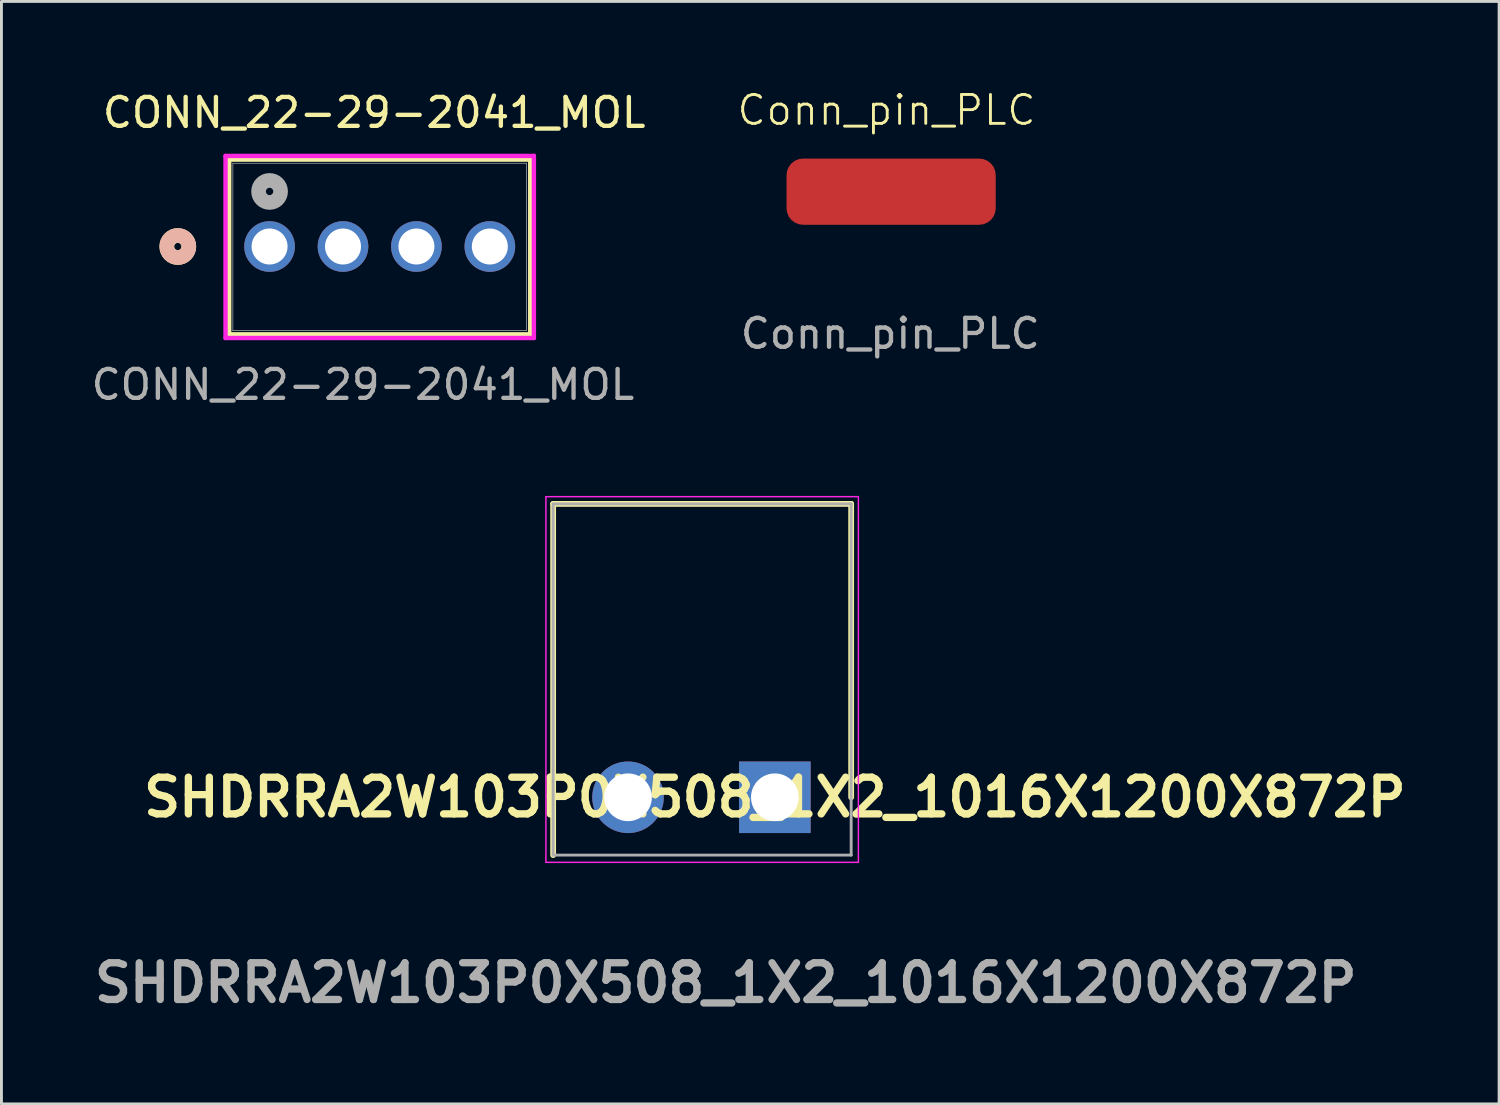
<source format=kicad_pcb>
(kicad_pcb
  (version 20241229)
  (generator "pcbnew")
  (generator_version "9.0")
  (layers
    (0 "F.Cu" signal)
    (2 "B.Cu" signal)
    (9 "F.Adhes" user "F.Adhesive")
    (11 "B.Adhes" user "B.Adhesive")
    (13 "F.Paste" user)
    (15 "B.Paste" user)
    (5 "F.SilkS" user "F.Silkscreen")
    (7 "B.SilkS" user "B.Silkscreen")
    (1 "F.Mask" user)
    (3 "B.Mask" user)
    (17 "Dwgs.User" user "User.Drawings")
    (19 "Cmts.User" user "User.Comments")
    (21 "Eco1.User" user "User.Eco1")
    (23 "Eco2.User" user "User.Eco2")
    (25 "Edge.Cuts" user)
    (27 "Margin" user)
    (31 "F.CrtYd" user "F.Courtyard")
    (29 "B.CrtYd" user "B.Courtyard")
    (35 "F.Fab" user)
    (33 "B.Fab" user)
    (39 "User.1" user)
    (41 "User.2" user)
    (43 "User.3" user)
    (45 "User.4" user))
  (footprint "Conn_pin_PLC"
    (layer "F.Cu")
    (at 27.889 3.571)
    (property "Reference" "Conn_pin_PLC" (at -0.27 -2.81 0) (unlocked yes) (layer "F.SilkS") (effects (font (size 1 1) (thickness 0.1))))
    (attr smd)
    (fp_text user "${REFERENCE}" (at -0.14 4.92 0) (unlocked yes) (layer "F.Fab") (effects (font (size 1 1) (thickness 0.15))))
    (pad "1" smd roundrect (at -0.11 0.01) (size 7.237 2.29) (layers "F.Cu" "F.Mask" "F.Paste") (roundrect_rratio 0.25)))
  (footprint "CONN_22-29-2041_MOL"
    (layer "F.Cu")
    (at 6.276 5.478)
    (property "Reference" "CONN_22-29-2041_MOL" (at 3.62 -4.63 0) (unlocked yes) (layer "F.SilkS") (effects (font (size 1 1) (thickness 0.15))))
    (attr through_hole)
    (fp_line (start -1.397 -3.007) (end -1.397 3.038) (stroke (width 0.152) (type solid)) (layer "F.SilkS"))
    (fp_line (start -1.397 3.038) (end 9.017 3.038) (stroke (width 0.152) (type solid)) (layer "F.SilkS"))
    (fp_line (start 9.017 -3.007) (end -1.397 -3.007) (stroke (width 0.152) (type solid)) (layer "F.SilkS"))
    (fp_line (start 9.017 3.038) (end 9.017 -3.007) (stroke (width 0.152) (type solid)) (layer "F.SilkS"))
    (fp_circle (center -3.175 0) (end -2.794 0) (stroke (width 0.508) (type solid)) (fill no) (layer "F.SilkS"))
    (fp_circle (center -3.175 0) (end -2.794 0) (stroke (width 0.508) (type solid)) (fill no) (layer "B.SilkS"))
    (fp_line (start -1.524 -3.134) (end -1.524 3.165) (stroke (width 0.152) (type solid)) (layer "F.CrtYd"))
    (fp_line (start -1.524 3.165) (end 9.144 3.165) (stroke (width 0.152) (type solid)) (layer "F.CrtYd"))
    (fp_line (start 9.144 -3.134) (end -1.524 -3.134) (stroke (width 0.152) (type solid)) (layer "F.CrtYd"))
    (fp_line (start 9.144 3.165) (end 9.144 -3.134) (stroke (width 0.152) (type solid)) (layer "F.CrtYd"))
    (fp_line (start -1.27 -2.88) (end -1.27 2.911) (stroke (width 0.025) (type solid)) (layer "F.Fab"))
    (fp_line (start -1.27 2.911) (end 8.89 2.911) (stroke (width 0.025) (type solid)) (layer "F.Fab"))
    (fp_line (start 8.89 -2.88) (end -1.27 -2.88) (stroke (width 0.025) (type solid)) (layer "F.Fab"))
    (fp_line (start 8.89 2.911) (end 8.89 -2.88) (stroke (width 0.025) (type solid)) (layer "F.Fab"))
    (fp_circle (center 0 -1.905) (end 0.381 -1.905) (stroke (width 0.508) (type solid)) (fill no) (layer "F.Fab"))
    (fp_text user "${REFERENCE}" (at 3.23 4.78 0) (unlocked yes) (layer "F.Fab") (effects (font (size 1 1) (thickness 0.15))))
    (pad "1" thru_hole circle (at 0 0) (size 1.753 1.753) (drill 1.245) (layers "*.Cu" "*.Mask"))
    (pad "2" thru_hole circle (at 2.54 0) (size 1.753 1.753) (drill 1.245) (layers "*.Cu" "*.Mask"))
    (pad "3" thru_hole circle (at 5.08 0) (size 1.753 1.753) (drill 1.245) (layers "*.Cu" "*.Mask"))
    (pad "4" thru_hole circle (at 7.62 0) (size 1.753 1.753) (drill 1.245) (layers "*.Cu" "*.Mask")))
  (footprint "SHDRRA2W103P0X508_1X2_1016X1200X872P"
    (layer "F.Cu")
    (at 23.756 24.532)
    (property "Reference" "SHDRRA2W103P0X508_1X2_1016X1200X872P" (at 0 0 0) (layer "F.SilkS") (effects (font (size 1.27 1.27) (thickness 0.254))))
    (attr through_hole)
    (fp_line (start -7.67 -10.15) (end -7.67 2) (stroke (width 0.2) (type solid)) (layer "F.SilkS"))
    (fp_line (start 2.64 -10.15) (end -7.67 -10.15) (stroke (width 0.2) (type solid)) (layer "F.SilkS"))
    (fp_line (start 2.64 0) (end 2.64 -10.15) (stroke (width 0.2) (type solid)) (layer "F.SilkS"))
    (fp_line (start -7.92 -10.4) (end 2.89 -10.4) (stroke (width 0.05) (type solid)) (layer "F.CrtYd"))
    (fp_line (start -7.92 2.25) (end -7.92 -10.4) (stroke (width 0.05) (type solid)) (layer "F.CrtYd"))
    (fp_line (start 2.89 -10.4) (end 2.89 2.25) (stroke (width 0.05) (type solid)) (layer "F.CrtYd"))
    (fp_line (start 2.89 2.25) (end -7.92 2.25) (stroke (width 0.05) (type solid)) (layer "F.CrtYd"))
    (fp_line (start -7.67 -10.15) (end 2.64 -10.15) (stroke (width 0.1) (type solid)) (layer "F.Fab"))
    (fp_line (start -7.67 2) (end -7.67 -10.15) (stroke (width 0.1) (type solid)) (layer "F.Fab"))
    (fp_line (start 2.64 -10.15) (end 2.64 2) (stroke (width 0.1) (type solid)) (layer "F.Fab"))
    (fp_line (start 2.64 2) (end -7.67 2) (stroke (width 0.1) (type solid)) (layer "F.Fab"))
    (fp_text user "${REFERENCE}" (at -1.7 6.42 0) (layer "F.Fab") (effects (font (size 1.27 1.27) (thickness 0.254))))
    (pad "1" thru_hole rect (at 0 0) (size 2.475 2.475) (drill 1.65) (layers "*.Cu" "*.Mask"))
    (pad "2" thru_hole circle (at -5.08 0) (size 2.475 2.475) (drill 1.65) (layers "*.Cu" "*.Mask")))
  (gr_rect
    (start -3 -3)
    (end 48.811 35.14)
    (stroke (width 0.1) (type default))
    (fill no)
    (layer "Edge.Cuts")))
</source>
